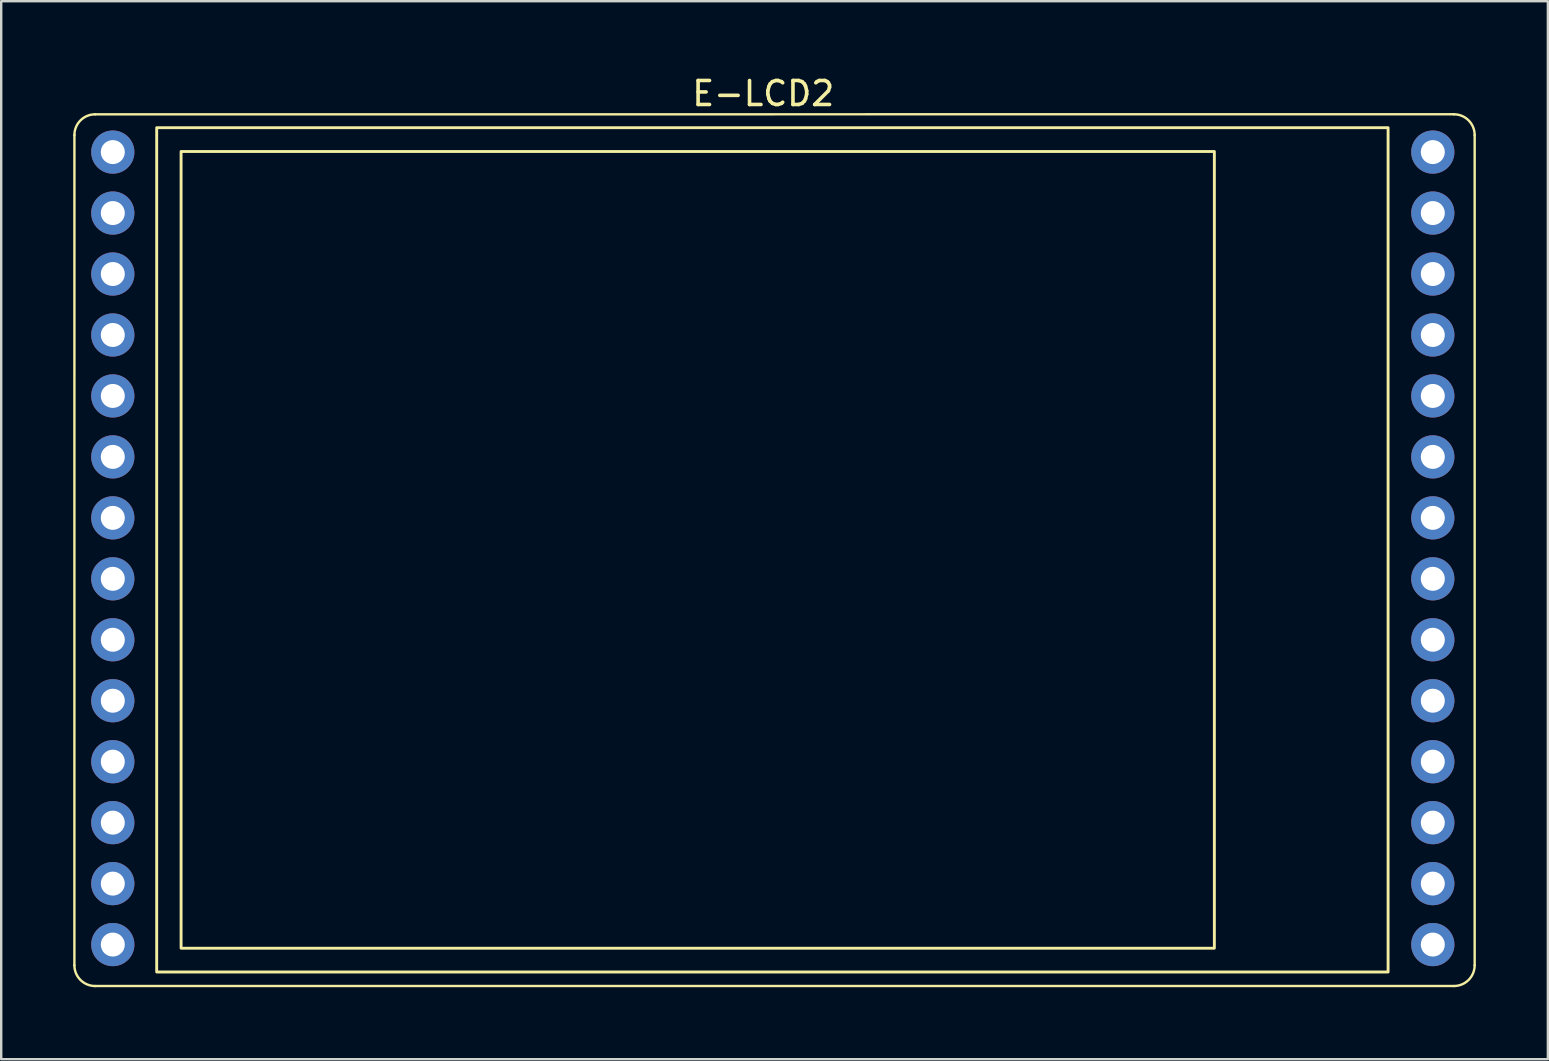
<source format=kicad_pcb>
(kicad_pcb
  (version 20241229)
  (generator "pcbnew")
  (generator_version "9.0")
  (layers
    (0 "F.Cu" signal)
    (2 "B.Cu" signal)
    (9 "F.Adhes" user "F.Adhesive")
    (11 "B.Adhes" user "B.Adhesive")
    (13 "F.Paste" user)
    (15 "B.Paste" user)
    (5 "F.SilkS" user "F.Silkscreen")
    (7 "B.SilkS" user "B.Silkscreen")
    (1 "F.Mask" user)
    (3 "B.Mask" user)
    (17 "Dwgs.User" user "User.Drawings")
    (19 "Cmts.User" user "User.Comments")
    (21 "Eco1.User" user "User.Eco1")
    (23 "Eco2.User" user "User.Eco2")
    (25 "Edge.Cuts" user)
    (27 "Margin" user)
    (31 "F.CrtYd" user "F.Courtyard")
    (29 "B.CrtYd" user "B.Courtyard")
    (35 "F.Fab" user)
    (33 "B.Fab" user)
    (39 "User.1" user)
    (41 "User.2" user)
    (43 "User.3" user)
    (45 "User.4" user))
  (footprint "E-LCD2"
    (layer "F.Cu")
    (at 1.65 3.287)
    (property "Reference" "E-LCD2" (at 27.102 -2.438 0) (unlocked yes) (layer "F.SilkS") (effects (font (size 1 1) (thickness 0.15))))
    (attr through_hole)
    (fp_line (start -1.6 33.884) (end -1.599 -0.71) (stroke (width 0.1) (type solid)) (layer "F.SilkS"))
    (fp_line (start -0.736 -1.574) (end 55.88 -1.575) (stroke (width 0.1) (type solid)) (layer "F.SilkS"))
    (fp_line (start 55.88 34.747) (end -0.737 34.747) (stroke (width 0.1) (type solid)) (layer "F.SilkS"))
    (fp_line (start 56.744 -0.711) (end 56.744 33.884) (stroke (width 0.1) (type solid)) (layer "F.SilkS"))
    (fp_rect (start 1.829 -1.016) (end 53.137 34.163) (stroke (width 0.12) (type solid)) (fill no) (layer "F.SilkS"))
    (fp_rect (start 2.845 -0.025) (end 45.898 33.172) (stroke (width 0.12) (type solid)) (fill no) (layer "F.SilkS"))
    (fp_arc (start -1.599143 -0.710143) (mid -1.3462 -1.3208) (end -0.735543 -1.573743) (stroke (width 0.1) (type solid)) (layer "F.SilkS"))
    (fp_arc (start -0.7366 34.7472) (mid -1.347257 34.494257) (end -1.6002 33.8836) (stroke (width 0.1) (type solid)) (layer "F.SilkS"))
    (fp_arc (start 55.88 -1.5748) (mid 56.490657 -1.321857) (end 56.7436 -0.7112) (stroke (width 0.1) (type solid)) (layer "F.SilkS"))
    (fp_arc (start 56.7436 33.8836) (mid 56.490657 34.494257) (end 55.88 34.7472) (stroke (width 0.1) (type solid)) (layer "F.SilkS"))
    (pad "1" thru_hole circle (at 0 0) (size 1.8 1.8) (drill 1) (layers "*.Cu" "*.Mask"))
    (pad "2" thru_hole circle (at 0 2.54) (size 1.8 1.8) (drill 1) (layers "*.Cu" "*.Mask"))
    (pad "3" thru_hole circle (at 0 5.08) (size 1.8 1.8) (drill 1) (layers "*.Cu" "*.Mask"))
    (pad "4" thru_hole circle (at 0 7.62) (size 1.8 1.8) (drill 1) (layers "*.Cu" "*.Mask"))
    (pad "5" thru_hole circle (at 0 10.16) (size 1.8 1.8) (drill 1) (layers "*.Cu" "*.Mask"))
    (pad "6" thru_hole circle (at 0 12.7) (size 1.8 1.8) (drill 1) (layers "*.Cu" "*.Mask"))
    (pad "7" thru_hole circle (at 0 15.24) (size 1.8 1.8) (drill 1) (layers "*.Cu" "*.Mask"))
    (pad "8" thru_hole circle (at 0 17.78) (size 1.8 1.8) (drill 1) (layers "*.Cu" "*.Mask"))
    (pad "9" thru_hole circle (at 0 20.32) (size 1.8 1.8) (drill 1) (layers "*.Cu" "*.Mask"))
    (pad "10" thru_hole circle (at 0 22.86) (size 1.8 1.8) (drill 1) (layers "*.Cu" "*.Mask"))
    (pad "11" thru_hole circle (at 0 25.4) (size 1.8 1.8) (drill 1) (layers "*.Cu" "*.Mask"))
    (pad "12" thru_hole circle (at 0 27.94) (size 1.8 1.8) (drill 1) (layers "*.Cu" "*.Mask"))
    (pad "13" thru_hole circle (at 0 30.48) (size 1.8 1.8) (drill 1) (layers "*.Cu" "*.Mask"))
    (pad "14" thru_hole circle (at 0 33.02) (size 1.8 1.8) (drill 1) (layers "*.Cu" "*.Mask"))
    (pad "15" thru_hole circle (at 55 0) (size 1.8 1.8) (drill 1) (layers "*.Cu" "*.Mask"))
    (pad "16" thru_hole circle (at 55 2.54) (size 1.8 1.8) (drill 1) (layers "*.Cu" "*.Mask"))
    (pad "17" thru_hole circle (at 55 5.08) (size 1.8 1.8) (drill 1) (layers "*.Cu" "*.Mask"))
    (pad "18" thru_hole circle (at 55 7.62) (size 1.8 1.8) (drill 1) (layers "*.Cu" "*.Mask"))
    (pad "19" thru_hole circle (at 55 10.16) (size 1.8 1.8) (drill 1) (layers "*.Cu" "*.Mask"))
    (pad "20" thru_hole circle (at 55 12.7) (size 1.8 1.8) (drill 1) (layers "*.Cu" "*.Mask"))
    (pad "21" thru_hole circle (at 55 15.24) (size 1.8 1.8) (drill 1) (layers "*.Cu" "*.Mask"))
    (pad "22" thru_hole circle (at 55 17.78) (size 1.8 1.8) (drill 1) (layers "*.Cu" "*.Mask"))
    (pad "23" thru_hole circle (at 55 20.32) (size 1.8 1.8) (drill 1) (layers "*.Cu" "*.Mask"))
    (pad "24" thru_hole circle (at 55 22.86) (size 1.8 1.8) (drill 1) (layers "*.Cu" "*.Mask"))
    (pad "25" thru_hole circle (at 55 25.4) (size 1.8 1.8) (drill 1) (layers "*.Cu" "*.Mask"))
    (pad "26" thru_hole circle (at 55 27.94) (size 1.8 1.8) (drill 1) (layers "*.Cu" "*.Mask"))
    (pad "27" thru_hole circle (at 55 30.48) (size 1.8 1.8) (drill 1) (layers "*.Cu" "*.Mask"))
    (pad "28" thru_hole circle (at 55 33.02) (size 1.8 1.8) (drill 1) (layers "*.Cu" "*.Mask")))
  (gr_rect
    (start -3 -3)
    (end 61.444 41.084)
    (stroke (width 0.1) (type default))
    (fill no)
    (layer "Edge.Cuts")))
</source>
